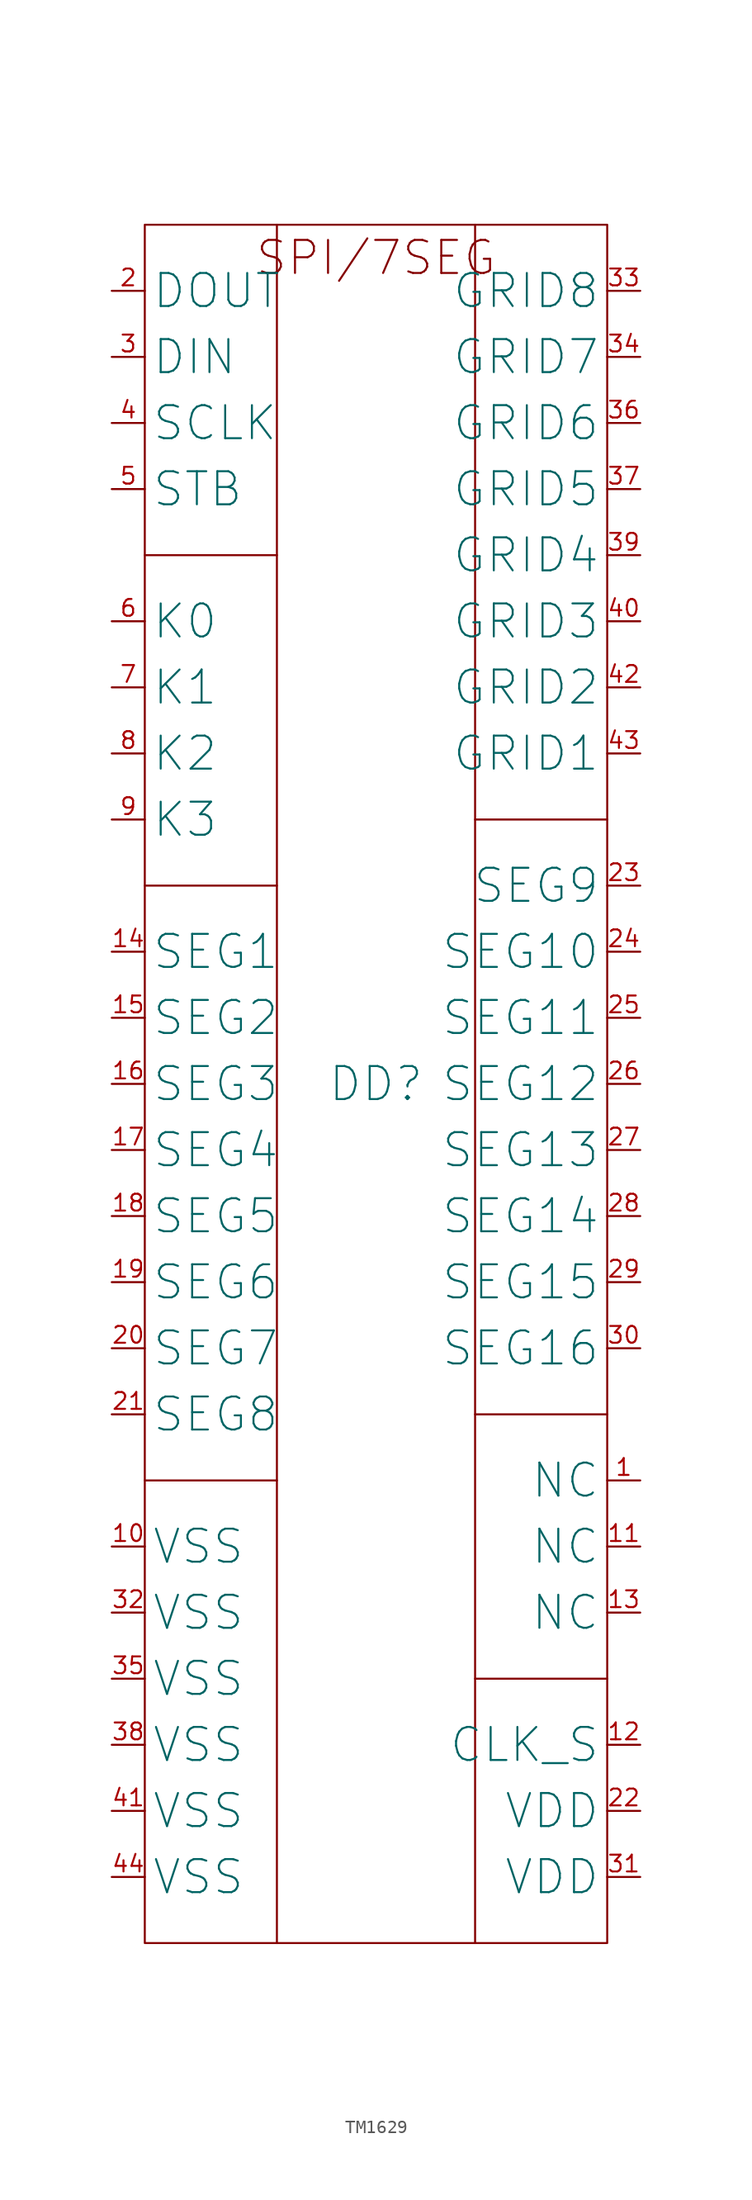
<source format=kicad_sym>
(kicad_symbol_lib
  (version 20220914)
  (generator kicad_symbol_editor)
  (symbol "TM1629"
    (property "Reference" "DD"
      (at 0 0 0)
      (effects (font (size 2.5 2.5))))
    (property "Value" ""
      (at 0 -10 0)
      (effects (font (size 1.27 1.27))))
    (symbol "TM1629_0_1"
      (rectangle (start -17.5 65) (end 17.5 -65) (stroke (width 0) (type default)) (fill (type none)))
      (polyline (pts (xy -17.5 -30) (xy -7.5 -30)) (stroke (width 0) (type default)) (fill (type none)))
      (polyline (pts (xy -17.5 15) (xy -7.5 15)) (stroke (width 0) (type default)) (fill (type none)))
      (polyline (pts (xy -17.5 40) (xy -7.5 40)) (stroke (width 0) (type default)) (fill (type none)))
      (polyline (pts (xy -7.5 65) (xy -7.5 -65)) (stroke (width 0) (type default)) (fill (type none)))
      (polyline (pts (xy 7.5 65) (xy 7.5 -65)) (stroke (width 0) (type default)) (fill (type none)))
      (polyline (pts (xy 17.5 -45) (xy 7.5 -45)) (stroke (width 0) (type default)) (fill (type none)))
      (polyline (pts (xy 17.5 -25) (xy 7.5 -25)) (stroke (width 0) (type default)) (fill (type none)))
      (polyline (pts (xy 17.5 20) (xy 7.5 20)) (stroke (width 0) (type default)) (fill (type none))))
    (symbol "TM1629_1_1"
      (text "SPI/7SEG" (at 0 62.5 0) (effects (font (size 2.5 2.5))))
      (pin input line (at 20 -30 180) (length 2.5) (name "NC" (effects (font (size 2.5 2.5)))) (number "1" (effects (font (size 1.27 1.27)))))
      (pin input line (at -20 -35 0) (length 2.5) (name "VSS" (effects (font (size 2.5 2.5)))) (number "10" (effects (font (size 1.27 1.27)))))
      (pin input line (at 20 -35 180) (length 2.5) (name "NC" (effects (font (size 2.5 2.5)))) (number "11" (effects (font (size 1.27 1.27)))))
      (pin input line (at 20 -50 180) (length 2.5) (name "CLK_S" (effects (font (size 2.5 2.5)))) (number "12" (effects (font (size 1.27 1.27)))))
      (pin input line (at 20 -40 180) (length 2.5) (name "NC" (effects (font (size 2.5 2.5)))) (number "13" (effects (font (size 1.27 1.27)))))
      (pin input line (at -20 10 0) (length 2.5) (name "SEG1" (effects (font (size 2.5 2.5)))) (number "14" (effects (font (size 1.27 1.27)))))
      (pin input line (at -20 5 0) (length 2.5) (name "SEG2" (effects (font (size 2.5 2.5)))) (number "15" (effects (font (size 1.27 1.27)))))
      (pin input line (at -20 0 0) (length 2.5) (name "SEG3" (effects (font (size 2.5 2.5)))) (number "16" (effects (font (size 1.27 1.27)))))
      (pin input line (at -20 -5 0) (length 2.5) (name "SEG4" (effects (font (size 2.5 2.5)))) (number "17" (effects (font (size 1.27 1.27)))))
      (pin input line (at -20 -10 0) (length 2.5) (name "SEG5" (effects (font (size 2.5 2.5)))) (number "18" (effects (font (size 1.27 1.27)))))
      (pin input line (at -20 -15 0) (length 2.5) (name "SEG6" (effects (font (size 2.5 2.5)))) (number "19" (effects (font (size 1.27 1.27)))))
      (pin input line (at -20 60 0) (length 2.5) (name "DOUT" (effects (font (size 2.5 2.5)))) (number "2" (effects (font (size 1.27 1.27)))))
      (pin input line (at -20 -20 0) (length 2.5) (name "SEG7" (effects (font (size 2.5 2.5)))) (number "20" (effects (font (size 1.27 1.27)))))
      (pin input line (at -20 -25 0) (length 2.5) (name "SEG8" (effects (font (size 2.5 2.5)))) (number "21" (effects (font (size 1.27 1.27)))))
      (pin input line (at 20 -55 180) (length 2.5) (name "VDD" (effects (font (size 2.5 2.5)))) (number "22" (effects (font (size 1.27 1.27)))))
      (pin input line (at 20 15 180) (length 2.5) (name "SEG9" (effects (font (size 2.5 2.5)))) (number "23" (effects (font (size 1.27 1.27)))))
      (pin input line (at 20 10 180) (length 2.5) (name "SEG10" (effects (font (size 2.5 2.5)))) (number "24" (effects (font (size 1.27 1.27)))))
      (pin input line (at 20 5 180) (length 2.5) (name "SEG11" (effects (font (size 2.5 2.5)))) (number "25" (effects (font (size 1.27 1.27)))))
      (pin input line (at 20 0 180) (length 2.5) (name "SEG12" (effects (font (size 2.5 2.5)))) (number "26" (effects (font (size 1.27 1.27)))))
      (pin input line (at 20 -5 180) (length 2.5) (name "SEG13" (effects (font (size 2.5 2.5)))) (number "27" (effects (font (size 1.27 1.27)))))
      (pin input line (at 20 -10 180) (length 2.5) (name "SEG14" (effects (font (size 2.5 2.5)))) (number "28" (effects (font (size 1.27 1.27)))))
      (pin input line (at 20 -15 180) (length 2.5) (name "SEG15" (effects (font (size 2.5 2.5)))) (number "29" (effects (font (size 1.27 1.27)))))
      (pin input line (at -20 55 0) (length 2.5) (name "DIN" (effects (font (size 2.5 2.5)))) (number "3" (effects (font (size 1.27 1.27)))))
      (pin input line (at 20 -20 180) (length 2.5) (name "SEG16" (effects (font (size 2.5 2.5)))) (number "30" (effects (font (size 1.27 1.27)))))
      (pin input line (at 20 -60 180) (length 2.5) (name "VDD" (effects (font (size 2.5 2.5)))) (number "31" (effects (font (size 1.27 1.27)))))
      (pin input line (at -20 -40 0) (length 2.5) (name "VSS" (effects (font (size 2.5 2.5)))) (number "32" (effects (font (size 1.27 1.27)))))
      (pin input line (at 20 60 180) (length 2.5) (name "GRID8" (effects (font (size 2.5 2.5)))) (number "33" (effects (font (size 1.27 1.27)))))
      (pin input line (at 20 55 180) (length 2.5) (name "GRID7" (effects (font (size 2.5 2.5)))) (number "34" (effects (font (size 1.27 1.27)))))
      (pin input line (at -20 -45 0) (length 2.5) (name "VSS" (effects (font (size 2.5 2.5)))) (number "35" (effects (font (size 1.27 1.27)))))
      (pin input line (at 20 50 180) (length 2.5) (name "GRID6" (effects (font (size 2.5 2.5)))) (number "36" (effects (font (size 1.27 1.27)))))
      (pin input line (at 20 45 180) (length 2.5) (name "GRID5" (effects (font (size 2.5 2.5)))) (number "37" (effects (font (size 1.27 1.27)))))
      (pin input line (at -20 -50 0) (length 2.5) (name "VSS" (effects (font (size 2.5 2.5)))) (number "38" (effects (font (size 1.27 1.27)))))
      (pin input line (at 20 40 180) (length 2.5) (name "GRID4" (effects (font (size 2.5 2.5)))) (number "39" (effects (font (size 1.27 1.27)))))
      (pin input line (at -20 50 0) (length 2.5) (name "SCLK" (effects (font (size 2.5 2.5)))) (number "4" (effects (font (size 1.27 1.27)))))
      (pin input line (at 20 35 180) (length 2.5) (name "GRID3" (effects (font (size 2.5 2.5)))) (number "40" (effects (font (size 1.27 1.27)))))
      (pin input line (at -20 -55 0) (length 2.5) (name "VSS" (effects (font (size 2.5 2.5)))) (number "41" (effects (font (size 1.27 1.27)))))
      (pin input line (at 20 30 180) (length 2.5) (name "GRID2" (effects (font (size 2.5 2.5)))) (number "42" (effects (font (size 1.27 1.27)))))
      (pin input line (at 20 25 180) (length 2.5) (name "GRID1" (effects (font (size 2.5 2.5)))) (number "43" (effects (font (size 1.27 1.27)))))
      (pin input line (at -20 -60 0) (length 2.5) (name "VSS" (effects (font (size 2.5 2.5)))) (number "44" (effects (font (size 1.27 1.27)))))
      (pin input line (at -20 45 0) (length 2.5) (name "STB" (effects (font (size 2.5 2.5)))) (number "5" (effects (font (size 1.27 1.27)))))
      (pin input line (at -20 35 0) (length 2.5) (name "K0" (effects (font (size 2.5 2.5)))) (number "6" (effects (font (size 1.27 1.27)))))
      (pin input line (at -20 30 0) (length 2.5) (name "K1" (effects (font (size 2.5 2.5)))) (number "7" (effects (font (size 1.27 1.27)))))
      (pin input line (at -20 25 0) (length 2.5) (name "K2" (effects (font (size 2.5 2.5)))) (number "8" (effects (font (size 1.27 1.27)))))
      (pin input line (at -20 20 0) (length 2.5) (name "K3" (effects (font (size 2.5 2.5)))) (number "9" (effects (font (size 1.27 1.27))))))))
</source>
